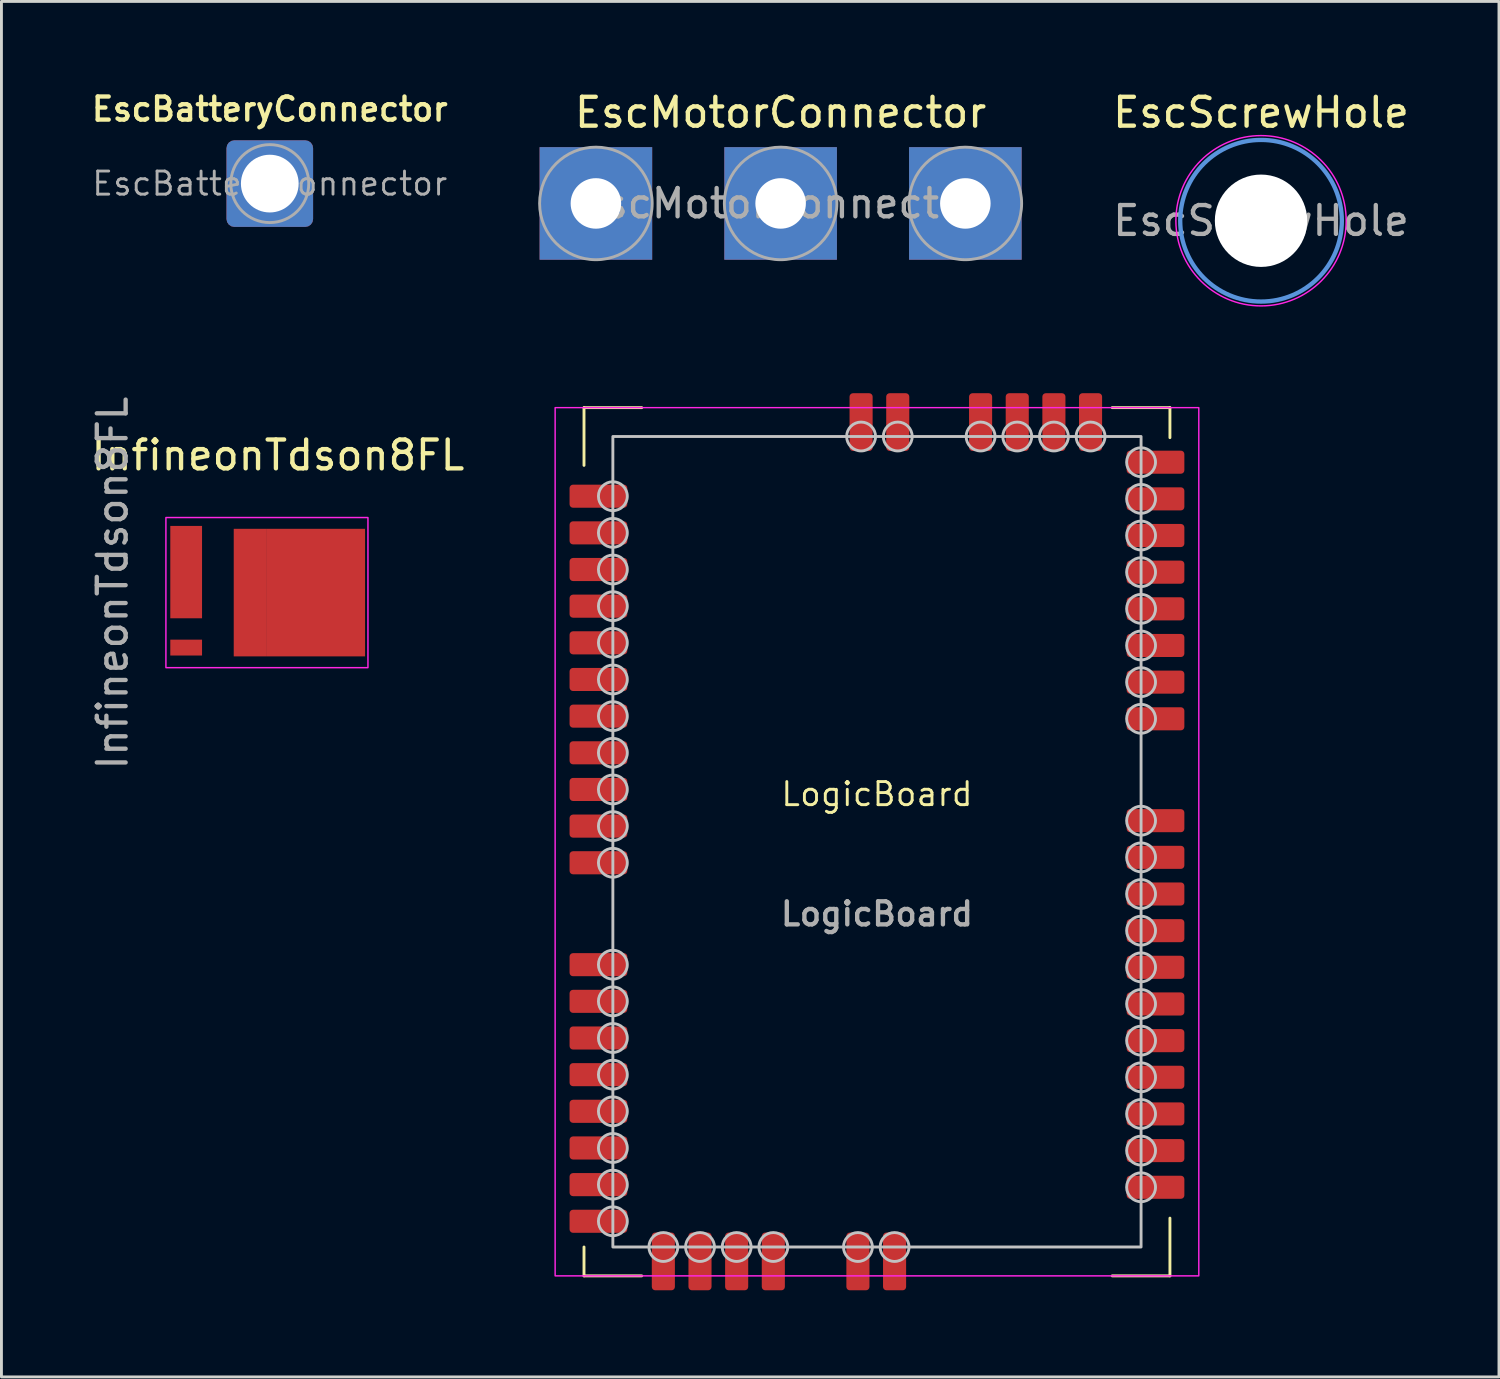
<source format=kicad_pcb>
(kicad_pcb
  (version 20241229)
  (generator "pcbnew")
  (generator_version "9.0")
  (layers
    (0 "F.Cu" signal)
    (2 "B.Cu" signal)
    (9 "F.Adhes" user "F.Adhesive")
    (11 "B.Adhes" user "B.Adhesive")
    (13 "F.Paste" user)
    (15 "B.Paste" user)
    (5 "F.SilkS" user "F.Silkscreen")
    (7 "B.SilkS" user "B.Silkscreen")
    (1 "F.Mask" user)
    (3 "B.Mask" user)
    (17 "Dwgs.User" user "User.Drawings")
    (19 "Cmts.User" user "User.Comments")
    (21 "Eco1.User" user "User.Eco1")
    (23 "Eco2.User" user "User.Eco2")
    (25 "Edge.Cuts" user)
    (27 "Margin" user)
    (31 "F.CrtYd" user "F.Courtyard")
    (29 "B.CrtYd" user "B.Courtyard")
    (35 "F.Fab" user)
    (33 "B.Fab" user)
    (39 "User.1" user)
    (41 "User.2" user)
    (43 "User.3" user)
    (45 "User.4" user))
  (footprint "InfineonTdson8FL"
    (layer "F.Cu")
    (at 6.198 17.481)
    (property "Reference" "InfineonTdson8FL" (at 0.382 -4.76 0) (layer "F.SilkS") (effects (font (size 1 1) (thickness 0.15))))
    (attr smd)
    (fp_rect (start -3.275 -2.105) (end -2.925 -1.705) (stroke (width 0.01) (type solid)) (fill yes) (layer "F.Paste"))
    (fp_rect (start -3.275 -0.835) (end -2.925 -0.435) (stroke (width 0.01) (type solid)) (fill yes) (layer "F.Paste"))
    (fp_rect (start -3.275 0.435) (end -2.925 0.835) (stroke (width 0.01) (type solid)) (fill yes) (layer "F.Paste"))
    (fp_rect (start -3.275 1.705) (end -2.475 2.105) (stroke (width 0.01) (type solid)) (fill yes) (layer "F.Paste"))
    (fp_rect (start -2.725 -2.265) (end -2.325 -1.365) (stroke (width 0.01) (type solid)) (fill yes) (layer "F.Paste"))
    (fp_rect (start -2.725 -1.165) (end -2.325 -0.265) (stroke (width 0.01) (type solid)) (fill yes) (layer "F.Paste"))
    (fp_rect (start -2.725 -0.065) (end -2.325 0.835) (stroke (width 0.01) (type solid)) (fill yes) (layer "F.Paste"))
    (fp_rect (start -0.88 -1.8) (end 0.52 -0.1) (stroke (width 0.01) (type solid)) (fill yes) (layer "F.Paste"))
    (fp_rect (start -0.88 0.1) (end 0.52 1.8) (stroke (width 0.01) (type solid)) (fill yes) (layer "F.Paste"))
    (fp_rect (start 0.72 -1.8) (end 2.12 -0.1) (stroke (width 0.01) (type solid)) (fill yes) (layer "F.Paste"))
    (fp_rect (start 0.72 0.1) (end 2.12 1.8) (stroke (width 0.01) (type solid)) (fill yes) (layer "F.Paste"))
    (fp_rect (start 2.475 -2.105) (end 3.275 -1.705) (stroke (width 0.01) (type solid)) (fill yes) (layer "F.Paste"))
    (fp_rect (start 2.475 -0.835) (end 3.275 -0.435) (stroke (width 0.01) (type solid)) (fill yes) (layer "F.Paste"))
    (fp_rect (start 2.475 0.435) (end 3.275 0.835) (stroke (width 0.01) (type solid)) (fill yes) (layer "F.Paste"))
    (fp_rect (start 2.475 1.705) (end 3.275 2.105) (stroke (width 0.01) (type solid)) (fill yes) (layer "F.Paste"))
    (fp_rect (start -3.5 -2.6) (end 3.5 2.6) (stroke (width 0.05) (type solid)) (fill no) (layer "F.CrtYd"))
    (fp_text user "${REFERENCE}" (at -5.35 -0.33 90) (layer "F.Fab") (effects (font (size 1 1) (thickness 0.15))))
    (pad "1" smd rect (at -2.798 -0.71) (size 1.1 3.2) (layers "F.Cu" "F.Mask"))
    (pad "4" smd rect (at -2.798 1.905) (size 1.1 0.55) (layers "F.Cu" "F.Mask"))
    (pad "5" smd rect (at -0.575 0) (size 1.15 4.42) (layers "F.Cu" "F.Mask"))
    (pad "5" smd rect (at 1.7 0) (size 3.4 4.42) (layers "F.Cu" "F.Mask")))
  (footprint "EscMotorConnector"
    (layer "F.Cu")
    (at 16.195 3.998)
    (property "Reference" "EscMotorConnector" (at 7.8 -3.15 0) (layer "F.SilkS") (effects (font (size 1 1) (thickness 0.15))))
    (attr exclude_from_pos_files)
    (fp_circle (center 1.4 0) (end 3.35 0) (stroke (width 0.1) (type solid)) (fill no) (layer "F.Fab"))
    (fp_circle (center 7.8 0) (end 9.75 0) (stroke (width 0.1) (type solid)) (fill no) (layer "F.Fab"))
    (fp_circle (center 14.2 0) (end 16.15 0) (stroke (width 0.1) (type solid)) (fill no) (layer "F.Fab"))
    (fp_text user "${REFERENCE}" (at 7.8 0 0) (layer "F.Fab") (effects (font (size 0.98 0.98) (thickness 0.15))))
    (pad "1" thru_hole rect (at 1.4 0) (size 3.9 3.9) (drill 1.75) (property pad_prop_castellated) (layers "*.Cu" "*.Mask"))
    (pad "2" thru_hole rect (at 7.8 0) (size 3.9 3.9) (drill 1.75) (property pad_prop_castellated) (layers "*.Cu" "*.Mask"))
    (pad "3" thru_hole rect (at 14.2 0) (size 3.9 3.9) (drill 1.75) (property pad_prop_castellated) (layers "*.Cu" "*.Mask")))
  (footprint "LogicBoard"
    (layer "F.Cu")
    (at 27.333 26.113)
    (property "Reference" "LogicBoard" (at 0 -1.65 0) (unlocked yes) (layer "F.SilkS") (effects (font (size 0.8 0.8) (thickness 0.1))))
    (attr smd)
    (fp_line (start -10.15 -15.04) (end -8.15 -15.04) (stroke (width 0.1) (type solid)) (layer "F.SilkS"))
    (fp_line (start -10.15 -13.04) (end -10.15 -15.04) (stroke (width 0.1) (type solid)) (layer "F.SilkS"))
    (fp_line (start -10.15 15.04) (end -10.15 14.04) (stroke (width 0.1) (type solid)) (layer "F.SilkS"))
    (fp_line (start -8.15 15.04) (end -10.15 15.04) (stroke (width 0.1) (type solid)) (layer "F.SilkS"))
    (fp_line (start 8.15 -15.04) (end 10.15 -15.04) (stroke (width 0.1) (type solid)) (layer "F.SilkS"))
    (fp_line (start 10.15 -15.04) (end 10.15 -14) (stroke (width 0.1) (type solid)) (layer "F.SilkS"))
    (fp_line (start 10.15 13.04) (end 10.15 15.04) (stroke (width 0.1) (type solid)) (layer "F.SilkS"))
    (fp_line (start 10.15 15.04) (end 8.15 15.04) (stroke (width 0.1) (type solid)) (layer "F.SilkS"))
    (fp_rect (start -9.15 -14.04) (end 9.15 14.04) (stroke (width 0.1) (type solid)) (fill no) (layer "Dwgs.User"))
    (fp_circle (center -9.15 -11.972) (end -8.65 -11.972) (stroke (width 0.1) (type solid)) (fill no) (layer "Dwgs.User"))
    (fp_circle (center -9.15 -10.702) (end -8.65 -10.702) (stroke (width 0.1) (type solid)) (fill no) (layer "Dwgs.User"))
    (fp_circle (center -9.15 -9.432) (end -8.65 -9.432) (stroke (width 0.1) (type solid)) (fill no) (layer "Dwgs.User"))
    (fp_circle (center -9.15 -8.162) (end -8.65 -8.162) (stroke (width 0.1) (type solid)) (fill no) (layer "Dwgs.User"))
    (fp_circle (center -9.15 -6.892) (end -8.65 -6.892) (stroke (width 0.1) (type solid)) (fill no) (layer "Dwgs.User"))
    (fp_circle (center -9.15 -5.622) (end -8.65 -5.622) (stroke (width 0.1) (type solid)) (fill no) (layer "Dwgs.User"))
    (fp_circle (center -9.15 -4.352) (end -8.65 -4.352) (stroke (width 0.1) (type solid)) (fill no) (layer "Dwgs.User"))
    (fp_circle (center -9.15 -3.082) (end -8.65 -3.082) (stroke (width 0.1) (type solid)) (fill no) (layer "Dwgs.User"))
    (fp_circle (center -9.15 -1.812) (end -8.65 -1.812) (stroke (width 0.1) (type solid)) (fill no) (layer "Dwgs.User"))
    (fp_circle (center -9.15 -0.542) (end -8.65 -0.542) (stroke (width 0.1) (type solid)) (fill no) (layer "Dwgs.User"))
    (fp_circle (center -9.15 0.728) (end -8.65 0.728) (stroke (width 0.1) (type solid)) (fill no) (layer "Dwgs.User"))
    (fp_circle (center -9.15 4.259) (end -8.65 4.259) (stroke (width 0.1) (type solid)) (fill no) (layer "Dwgs.User"))
    (fp_circle (center -9.15 5.529) (end -8.65 5.529) (stroke (width 0.1) (type solid)) (fill no) (layer "Dwgs.User"))
    (fp_circle (center -9.15 6.799) (end -8.65 6.799) (stroke (width 0.1) (type solid)) (fill no) (layer "Dwgs.User"))
    (fp_circle (center -9.15 8.069) (end -8.65 8.069) (stroke (width 0.1) (type solid)) (fill no) (layer "Dwgs.User"))
    (fp_circle (center -9.15 9.339) (end -8.65 9.339) (stroke (width 0.1) (type solid)) (fill no) (layer "Dwgs.User"))
    (fp_circle (center -9.15 10.609) (end -8.65 10.609) (stroke (width 0.1) (type solid)) (fill no) (layer "Dwgs.User"))
    (fp_circle (center -9.15 11.879) (end -8.65 11.879) (stroke (width 0.1) (type solid)) (fill no) (layer "Dwgs.User"))
    (fp_circle (center -9.15 13.149) (end -8.65 13.149) (stroke (width 0.1) (type solid)) (fill no) (layer "Dwgs.User"))
    (fp_circle (center -7.401 14.04) (end -6.901 14.04) (stroke (width 0.1) (type solid)) (fill no) (layer "Dwgs.User"))
    (fp_circle (center -6.131 14.04) (end -5.631 14.04) (stroke (width 0.1) (type solid)) (fill no) (layer "Dwgs.User"))
    (fp_circle (center -4.861 14.04) (end -4.361 14.04) (stroke (width 0.1) (type solid)) (fill no) (layer "Dwgs.User"))
    (fp_circle (center -3.591 14.04) (end -3.091 14.04) (stroke (width 0.1) (type solid)) (fill no) (layer "Dwgs.User"))
    (fp_circle (center -0.66 14.04) (end -0.16 14.04) (stroke (width 0.1) (type solid)) (fill no) (layer "Dwgs.User"))
    (fp_circle (center -0.55 -14.04) (end -0.05 -14.04) (stroke (width 0.1) (type solid)) (fill no) (layer "Dwgs.User"))
    (fp_circle (center 0.61 14.04) (end 1.11 14.04) (stroke (width 0.1) (type solid)) (fill no) (layer "Dwgs.User"))
    (fp_circle (center 0.72 -14.04) (end 1.22 -14.04) (stroke (width 0.1) (type solid)) (fill no) (layer "Dwgs.User"))
    (fp_circle (center 3.59 -14.04) (end 4.09 -14.04) (stroke (width 0.1) (type solid)) (fill no) (layer "Dwgs.User"))
    (fp_circle (center 4.86 -14.04) (end 5.36 -14.04) (stroke (width 0.1) (type solid)) (fill no) (layer "Dwgs.User"))
    (fp_circle (center 6.13 -14.04) (end 6.63 -14.04) (stroke (width 0.1) (type solid)) (fill no) (layer "Dwgs.User"))
    (fp_circle (center 7.4 -14.04) (end 7.9 -14.04) (stroke (width 0.1) (type solid)) (fill no) (layer "Dwgs.User"))
    (fp_circle (center 9.15 -13.15) (end 9.65 -13.15) (stroke (width 0.1) (type solid)) (fill no) (layer "Dwgs.User"))
    (fp_circle (center 9.15 -11.88) (end 9.65 -11.88) (stroke (width 0.1) (type solid)) (fill no) (layer "Dwgs.User"))
    (fp_circle (center 9.15 -10.61) (end 9.65 -10.61) (stroke (width 0.1) (type solid)) (fill no) (layer "Dwgs.User"))
    (fp_circle (center 9.15 -9.34) (end 9.65 -9.34) (stroke (width 0.1) (type solid)) (fill no) (layer "Dwgs.User"))
    (fp_circle (center 9.15 -8.07) (end 9.65 -8.07) (stroke (width 0.1) (type solid)) (fill no) (layer "Dwgs.User"))
    (fp_circle (center 9.15 -6.8) (end 9.65 -6.8) (stroke (width 0.1) (type solid)) (fill no) (layer "Dwgs.User"))
    (fp_circle (center 9.15 -5.53) (end 9.65 -5.53) (stroke (width 0.1) (type solid)) (fill no) (layer "Dwgs.User"))
    (fp_circle (center 9.15 -4.26) (end 9.65 -4.26) (stroke (width 0.1) (type solid)) (fill no) (layer "Dwgs.User"))
    (fp_circle (center 9.15 -0.73) (end 9.65 -0.73) (stroke (width 0.1) (type solid)) (fill no) (layer "Dwgs.User"))
    (fp_circle (center 9.15 0.54) (end 9.65 0.54) (stroke (width 0.1) (type solid)) (fill no) (layer "Dwgs.User"))
    (fp_circle (center 9.15 1.81) (end 9.65 1.81) (stroke (width 0.1) (type solid)) (fill no) (layer "Dwgs.User"))
    (fp_circle (center 9.15 3.08) (end 9.65 3.08) (stroke (width 0.1) (type solid)) (fill no) (layer "Dwgs.User"))
    (fp_circle (center 9.15 4.35) (end 9.65 4.35) (stroke (width 0.1) (type solid)) (fill no) (layer "Dwgs.User"))
    (fp_circle (center 9.15 5.62) (end 9.65 5.62) (stroke (width 0.1) (type solid)) (fill no) (layer "Dwgs.User"))
    (fp_circle (center 9.15 6.89) (end 9.65 6.89) (stroke (width 0.1) (type solid)) (fill no) (layer "Dwgs.User"))
    (fp_circle (center 9.15 8.16) (end 9.65 8.16) (stroke (width 0.1) (type solid)) (fill no) (layer "Dwgs.User"))
    (fp_circle (center 9.15 9.43) (end 9.65 9.43) (stroke (width 0.1) (type solid)) (fill no) (layer "Dwgs.User"))
    (fp_circle (center 9.15 10.7) (end 9.65 10.7) (stroke (width 0.1) (type solid)) (fill no) (layer "Dwgs.User"))
    (fp_circle (center 9.15 11.97) (end 9.65 11.97) (stroke (width 0.1) (type solid)) (fill no) (layer "Dwgs.User"))
    (fp_rect (start -11.15 -15.04) (end 11.15 15.04) (stroke (width 0.05) (type solid)) (fill no) (layer "F.CrtYd"))
    (fp_text user "${REFERENCE}" (at 0 2.5 0) (unlocked yes) (layer "F.Fab") (effects (font (size 0.8 0.8) (thickness 0.15))))
    (pad "1" smd roundrect (at -9.65 -11.972) (size 2 0.8) (layers "F.Cu" "F.Mask" "F.Paste") (roundrect_rratio 0.15))
    (pad "2" smd roundrect (at -9.65 -10.702) (size 2 0.8) (layers "F.Cu" "F.Mask" "F.Paste") (roundrect_rratio 0.15))
    (pad "3" smd roundrect (at -9.65 -9.432) (size 2 0.8) (layers "F.Cu" "F.Mask" "F.Paste") (roundrect_rratio 0.15))
    (pad "4" smd roundrect (at -9.65 -8.162) (size 2 0.8) (layers "F.Cu" "F.Mask" "F.Paste") (roundrect_rratio 0.15))
    (pad "5" smd roundrect (at -9.65 -6.892) (size 2 0.8) (layers "F.Cu" "F.Mask" "F.Paste") (roundrect_rratio 0.15))
    (pad "6" smd roundrect (at -9.65 -5.622) (size 2 0.8) (layers "F.Cu" "F.Mask" "F.Paste") (roundrect_rratio 0.15))
    (pad "7" smd roundrect (at -9.65 -4.352) (size 2 0.8) (layers "F.Cu" "F.Mask" "F.Paste") (roundrect_rratio 0.15))
    (pad "8" smd roundrect (at -9.65 -3.082) (size 2 0.8) (layers "F.Cu" "F.Mask" "F.Paste") (roundrect_rratio 0.15))
    (pad "9" smd roundrect (at -9.65 -1.812) (size 2 0.8) (layers "F.Cu" "F.Mask" "F.Paste") (roundrect_rratio 0.15))
    (pad "10" smd roundrect (at -9.65 -0.542) (size 2 0.8) (layers "F.Cu" "F.Mask" "F.Paste") (roundrect_rratio 0.15))
    (pad "11" smd roundrect (at -9.65 0.728) (size 2 0.8) (layers "F.Cu" "F.Mask" "F.Paste") (roundrect_rratio 0.15))
    (pad "12" smd roundrect (at -9.65 4.259) (size 2 0.8) (layers "F.Cu" "F.Mask" "F.Paste") (roundrect_rratio 0.15))
    (pad "13" smd roundrect (at -9.65 5.529) (size 2 0.8) (layers "F.Cu" "F.Mask" "F.Paste") (roundrect_rratio 0.15))
    (pad "14" smd roundrect (at -9.65 6.799) (size 2 0.8) (layers "F.Cu" "F.Mask" "F.Paste") (roundrect_rratio 0.15))
    (pad "15" smd roundrect (at -9.65 8.069) (size 2 0.8) (layers "F.Cu" "F.Mask" "F.Paste") (roundrect_rratio 0.15))
    (pad "16" smd roundrect (at -9.65 9.339) (size 2 0.8) (layers "F.Cu" "F.Mask" "F.Paste") (roundrect_rratio 0.15))
    (pad "17" smd roundrect (at -9.65 10.609) (size 2 0.8) (layers "F.Cu" "F.Mask" "F.Paste") (roundrect_rratio 0.15))
    (pad "18" smd roundrect (at -9.65 11.879) (size 2 0.8) (layers "F.Cu" "F.Mask" "F.Paste") (roundrect_rratio 0.15))
    (pad "19" smd roundrect (at -9.65 13.149) (size 2 0.8) (layers "F.Cu" "F.Mask" "F.Paste") (roundrect_rratio 0.15))
    (pad "20" smd roundrect (at -7.401 14.54 90) (size 2 0.8) (layers "F.Cu" "F.Mask" "F.Paste") (roundrect_rratio 0.15))
    (pad "21" smd roundrect (at -6.131 14.54 90) (size 2 0.8) (layers "F.Cu" "F.Mask" "F.Paste") (roundrect_rratio 0.15))
    (pad "22" smd roundrect (at -4.861 14.54 90) (size 2 0.8) (layers "F.Cu" "F.Mask" "F.Paste") (roundrect_rratio 0.15))
    (pad "23" smd roundrect (at -3.591 14.54 90) (size 2 0.8) (layers "F.Cu" "F.Mask" "F.Paste") (roundrect_rratio 0.15))
    (pad "24" smd roundrect (at -0.66 14.54 90) (size 2 0.8) (layers "F.Cu" "F.Mask" "F.Paste") (roundrect_rratio 0.15))
    (pad "25" smd roundrect (at 0.61 14.54 90) (size 2 0.8) (layers "F.Cu" "F.Mask" "F.Paste") (roundrect_rratio 0.15))
    (pad "26" smd roundrect (at 9.65 11.97 180) (size 2 0.8) (layers "F.Cu" "F.Mask" "F.Paste") (roundrect_rratio 0.15))
    (pad "27" smd roundrect (at 9.65 10.7 180) (size 2 0.8) (layers "F.Cu" "F.Mask" "F.Paste") (roundrect_rratio 0.15))
    (pad "28" smd roundrect (at 9.65 9.43 180) (size 2 0.8) (layers "F.Cu" "F.Mask" "F.Paste") (roundrect_rratio 0.15))
    (pad "29" smd roundrect (at 9.65 8.16 180) (size 2 0.8) (layers "F.Cu" "F.Mask" "F.Paste") (roundrect_rratio 0.15))
    (pad "30" smd roundrect (at 9.65 6.89 180) (size 2 0.8) (layers "F.Cu" "F.Mask" "F.Paste") (roundrect_rratio 0.15))
    (pad "31" smd roundrect (at 9.65 5.62 180) (size 2 0.8) (layers "F.Cu" "F.Mask" "F.Paste") (roundrect_rratio 0.15))
    (pad "32" smd roundrect (at 9.65 4.35 180) (size 2 0.8) (layers "F.Cu" "F.Mask" "F.Paste") (roundrect_rratio 0.15))
    (pad "33" smd roundrect (at 9.65 3.08 180) (size 2 0.8) (layers "F.Cu" "F.Mask" "F.Paste") (roundrect_rratio 0.15))
    (pad "34" smd roundrect (at 9.65 1.81 180) (size 2 0.8) (layers "F.Cu" "F.Mask" "F.Paste") (roundrect_rratio 0.15))
    (pad "35" smd roundrect (at 9.65 0.54 180) (size 2 0.8) (layers "F.Cu" "F.Mask" "F.Paste") (roundrect_rratio 0.15))
    (pad "36" smd roundrect (at 9.65 -0.73 180) (size 2 0.8) (layers "F.Cu" "F.Mask" "F.Paste") (roundrect_rratio 0.15))
    (pad "37" smd roundrect (at 9.65 -4.26 180) (size 2 0.8) (layers "F.Cu" "F.Mask" "F.Paste") (roundrect_rratio 0.15))
    (pad "38" smd roundrect (at 9.65 -5.53 180) (size 2 0.8) (layers "F.Cu" "F.Mask" "F.Paste") (roundrect_rratio 0.15))
    (pad "39" smd roundrect (at 9.65 -6.8 180) (size 2 0.8) (layers "F.Cu" "F.Mask" "F.Paste") (roundrect_rratio 0.15))
    (pad "40" smd roundrect (at 9.65 -8.07 180) (size 2 0.8) (layers "F.Cu" "F.Mask" "F.Paste") (roundrect_rratio 0.15))
    (pad "41" smd roundrect (at 9.65 -9.34 180) (size 2 0.8) (layers "F.Cu" "F.Mask" "F.Paste") (roundrect_rratio 0.15))
    (pad "42" smd roundrect (at 9.65 -10.61 180) (size 2 0.8) (layers "F.Cu" "F.Mask" "F.Paste") (roundrect_rratio 0.15))
    (pad "43" smd roundrect (at 9.65 -11.88 180) (size 2 0.8) (layers "F.Cu" "F.Mask" "F.Paste") (roundrect_rratio 0.15))
    (pad "44" smd roundrect (at 9.65 -13.15 180) (size 2 0.8) (layers "F.Cu" "F.Mask" "F.Paste") (roundrect_rratio 0.15))
    (pad "45" smd roundrect (at 7.4 -14.54 270) (size 2 0.8) (layers "F.Cu" "F.Mask" "F.Paste") (roundrect_rratio 0.15))
    (pad "46" smd roundrect (at 6.13 -14.54 270) (size 2 0.8) (layers "F.Cu" "F.Mask" "F.Paste") (roundrect_rratio 0.15))
    (pad "47" smd roundrect (at 4.86 -14.54 270) (size 2 0.8) (layers "F.Cu" "F.Mask" "F.Paste") (roundrect_rratio 0.15))
    (pad "48" smd roundrect (at 3.59 -14.54 270) (size 2 0.8) (layers "F.Cu" "F.Mask" "F.Paste") (roundrect_rratio 0.15))
    (pad "49" smd roundrect (at 0.72 -14.54 270) (size 2 0.8) (layers "F.Cu" "F.Mask" "F.Paste") (roundrect_rratio 0.15))
    (pad "50" smd roundrect (at -0.55 -14.54 270) (size 2 0.8) (layers "F.Cu" "F.Mask" "F.Paste") (roundrect_rratio 0.15)))
  (footprint "EscScrewHole"
    (layer "F.Cu")
    (at 40.639 4.598)
    (property "Reference" "EscScrewHole" (at 0 -3.75 0) (layer "F.SilkS") (effects (font (size 1 1) (thickness 0.15))))
    (attr exclude_from_pos_files exclude_from_bom)
    (fp_circle (center 0 0) (end 2.8 0) (stroke (width 0.15) (type solid)) (fill no) (layer "Cmts.User"))
    (fp_circle (center 0 0) (end 2.95 0) (stroke (width 0.05) (type solid)) (fill no) (layer "F.CrtYd"))
    (fp_text user "${REFERENCE}" (at 0 0 0) (layer "F.Fab") (effects (font (size 1 1) (thickness 0.15))))
    (pad "" np_thru_hole circle (at 0 0) (size 3.2 3.2) (drill 3.2) (layers "*.Cu" "*.Mask")))
  (footprint "EscBatteryConnector"
    (layer "F.Cu")
    (at 6.297 3.311)
    (property "Reference" "EscBatteryConnector" (at 0 -2.58 0) (layer "F.SilkS") (effects (font (size 0.8 0.8) (thickness 0.15))))
    (attr exclude_from_pos_files)
    (fp_circle (center 0 0) (end 1.35 0) (stroke (width 0.1) (type solid)) (fill no) (layer "F.Fab"))
    (fp_text user "${REFERENCE}" (at 0 0 0) (layer "F.Fab") (effects (font (size 0.8 0.8) (thickness 0.1))))
    (pad "1" thru_hole roundrect (at 0 0) (size 3 3) (drill 2) (layers "*.Cu" "*.Mask") (roundrect_rratio 0.091)))
  (gr_rect
    (start -3 -3)
    (end 48.883 44.653)
    (stroke (width 0.1) (type default))
    (fill no)
    (layer "Edge.Cuts")))
</source>
